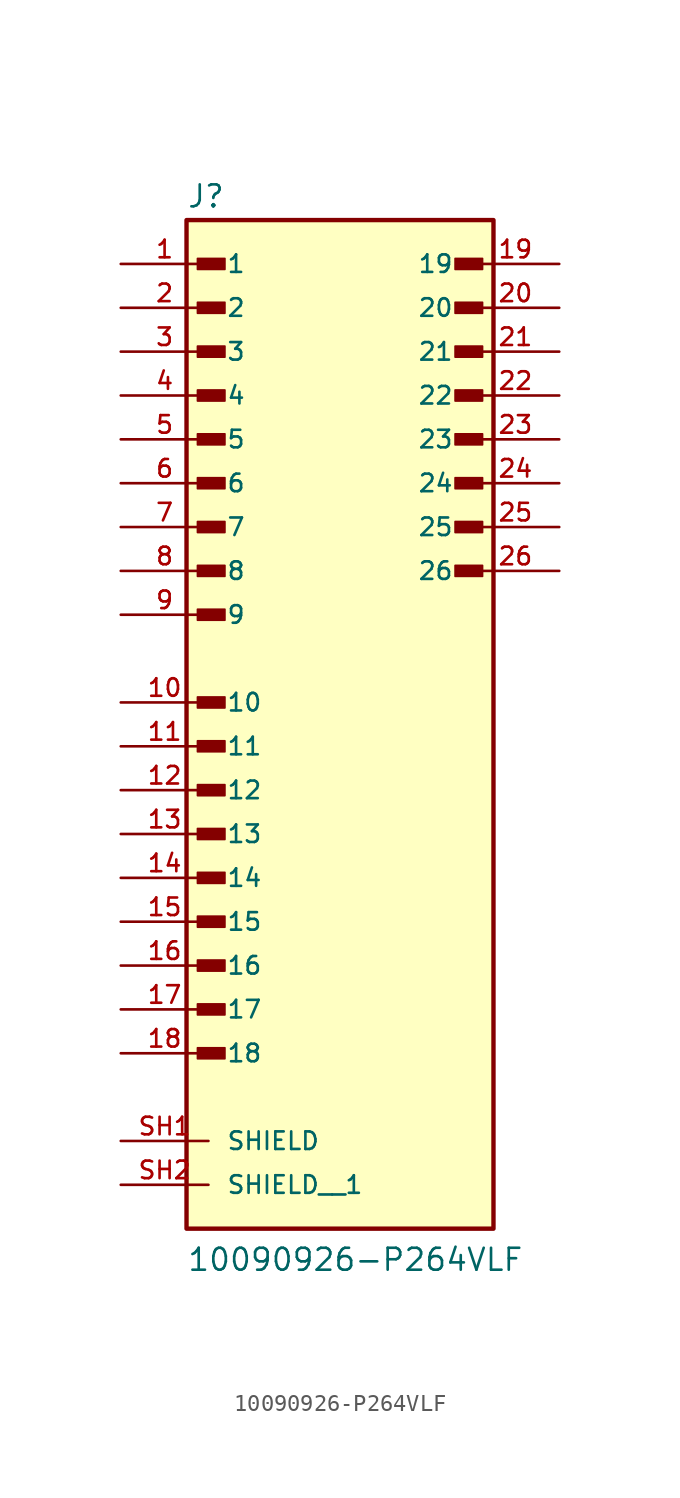
<source format=kicad_sym>
(kicad_symbol_lib
  (version 20211014)
  (generator kicad_symbol_editor)
  (symbol "10090926-P264VLF"
    (pin_names
      (offset 1.016))
    (property "Reference" "J"
      (at -8.89 26.035 0)
      (effects (font (size 1.27 1.27)) (justify bottom left)))
    (property "Value" "10090926-P264VLF"
      (at -8.89 -35.56 0)
      (effects (font (size 1.27 1.27)) (justify bottom left)))
    (symbol "10090926-P264VLF_0_0"
      (rectangle (start -8.255 22.543) (end -6.668 23.177) (stroke (width 0.1)) (fill (type outline)))
      (rectangle (start -8.255 20.003) (end -6.668 20.637) (stroke (width 0.1)) (fill (type outline)))
      (rectangle (start -8.255 17.462) (end -6.668 18.098) (stroke (width 0.1)) (fill (type outline)))
      (rectangle (start -8.255 14.922) (end -6.668 15.557) (stroke (width 0.1)) (fill (type outline)))
      (rectangle (start -8.255 12.383) (end -6.668 13.018) (stroke (width 0.1)) (fill (type outline)))
      (rectangle (start -8.255 9.842) (end -6.668 10.477) (stroke (width 0.1)) (fill (type outline)))
      (rectangle (start -8.255 7.303) (end -6.668 7.938) (stroke (width 0.1)) (fill (type outline)))
      (rectangle (start -8.255 4.763) (end -6.668 5.397) (stroke (width 0.1)) (fill (type outline)))
      (rectangle (start -8.255 2.223) (end -6.668 2.857) (stroke (width 0.1)) (fill (type outline)))
      (rectangle (start 6.668 4.763) (end 8.255 5.397) (stroke (width 0.1)) (fill (type outline)))
      (rectangle (start 6.668 7.303) (end 8.255 7.938) (stroke (width 0.1)) (fill (type outline)))
      (rectangle (start 6.668 9.842) (end 8.255 10.477) (stroke (width 0.1)) (fill (type outline)))
      (rectangle (start 6.668 12.383) (end 8.255 13.018) (stroke (width 0.1)) (fill (type outline)))
      (rectangle (start 6.668 14.922) (end 8.255 15.557) (stroke (width 0.1)) (fill (type outline)))
      (rectangle (start 6.668 17.462) (end 8.255 18.098) (stroke (width 0.1)) (fill (type outline)))
      (rectangle (start 6.668 20.003) (end 8.255 20.637) (stroke (width 0.1)) (fill (type outline)))
      (rectangle (start 6.668 22.543) (end 8.255 23.177) (stroke (width 0.1)) (fill (type outline)))
      (rectangle (start -8.255 -2.857) (end -6.668 -2.223) (stroke (width 0.1)) (fill (type outline)))
      (rectangle (start -8.255 -5.397) (end -6.668 -4.763) (stroke (width 0.1)) (fill (type outline)))
      (rectangle (start -8.255 -7.938) (end -6.668 -7.303) (stroke (width 0.1)) (fill (type outline)))
      (rectangle (start -8.255 -10.477) (end -6.668 -9.842) (stroke (width 0.1)) (fill (type outline)))
      (rectangle (start -8.255 -13.018) (end -6.668 -12.383) (stroke (width 0.1)) (fill (type outline)))
      (rectangle (start -8.255 -15.557) (end -6.668 -14.922) (stroke (width 0.1)) (fill (type outline)))
      (rectangle (start -8.255 -18.098) (end -6.668 -17.462) (stroke (width 0.1)) (fill (type outline)))
      (rectangle (start -8.255 -20.637) (end -6.668 -20.003) (stroke (width 0.1)) (fill (type outline)))
      (rectangle (start -8.255 -23.177) (end -6.668 -22.543) (stroke (width 0.1)) (fill (type outline)))
      (rectangle (start -8.89 -33.02) (end 8.89 25.4) (stroke (width 0.254)) (fill (type background)))
      (pin passive line (at -12.7 22.86 0) (length 5.08) (name "1" (effects (font (size 1.016 1.016)))) (number "1" (effects (font (size 1.016 1.016)))))
      (pin passive line (at -12.7 20.32 0) (length 5.08) (name "2" (effects (font (size 1.016 1.016)))) (number "2" (effects (font (size 1.016 1.016)))))
      (pin passive line (at -12.7 17.78 0) (length 5.08) (name "3" (effects (font (size 1.016 1.016)))) (number "3" (effects (font (size 1.016 1.016)))))
      (pin passive line (at -12.7 15.24 0) (length 5.08) (name "4" (effects (font (size 1.016 1.016)))) (number "4" (effects (font (size 1.016 1.016)))))
      (pin passive line (at -12.7 12.7 0) (length 5.08) (name "5" (effects (font (size 1.016 1.016)))) (number "5" (effects (font (size 1.016 1.016)))))
      (pin passive line (at -12.7 10.16 0) (length 5.08) (name "6" (effects (font (size 1.016 1.016)))) (number "6" (effects (font (size 1.016 1.016)))))
      (pin passive line (at -12.7 7.62 0) (length 5.08) (name "7" (effects (font (size 1.016 1.016)))) (number "7" (effects (font (size 1.016 1.016)))))
      (pin passive line (at -12.7 5.08 0) (length 5.08) (name "8" (effects (font (size 1.016 1.016)))) (number "8" (effects (font (size 1.016 1.016)))))
      (pin passive line (at -12.7 2.54 0) (length 5.08) (name "9" (effects (font (size 1.016 1.016)))) (number "9" (effects (font (size 1.016 1.016)))))
      (pin passive line (at -12.7 -2.54 0) (length 5.08) (name "10" (effects (font (size 1.016 1.016)))) (number "10" (effects (font (size 1.016 1.016)))))
      (pin passive line (at -12.7 -5.08 0) (length 5.08) (name "11" (effects (font (size 1.016 1.016)))) (number "11" (effects (font (size 1.016 1.016)))))
      (pin passive line (at -12.7 -7.62 0) (length 5.08) (name "12" (effects (font (size 1.016 1.016)))) (number "12" (effects (font (size 1.016 1.016)))))
      (pin passive line (at -12.7 -10.16 0) (length 5.08) (name "13" (effects (font (size 1.016 1.016)))) (number "13" (effects (font (size 1.016 1.016)))))
      (pin passive line (at -12.7 -12.7 0) (length 5.08) (name "14" (effects (font (size 1.016 1.016)))) (number "14" (effects (font (size 1.016 1.016)))))
      (pin passive line (at -12.7 -15.24 0) (length 5.08) (name "15" (effects (font (size 1.016 1.016)))) (number "15" (effects (font (size 1.016 1.016)))))
      (pin passive line (at -12.7 -27.94 0) (length 5.08) (name "SHIELD" (effects (font (size 1.016 1.016)))) (number "SH1" (effects (font (size 1.016 1.016)))))
      (pin passive line (at -12.7 -17.78 0) (length 5.08) (name "16" (effects (font (size 1.016 1.016)))) (number "16" (effects (font (size 1.016 1.016)))))
      (pin passive line (at -12.7 -20.32 0) (length 5.08) (name "17" (effects (font (size 1.016 1.016)))) (number "17" (effects (font (size 1.016 1.016)))))
      (pin passive line (at -12.7 -22.86 0) (length 5.08) (name "18" (effects (font (size 1.016 1.016)))) (number "18" (effects (font (size 1.016 1.016)))))
      (pin passive line (at 12.7 22.86 180.0) (length 5.08) (name "19" (effects (font (size 1.016 1.016)))) (number "19" (effects (font (size 1.016 1.016)))))
      (pin passive line (at 12.7 20.32 180.0) (length 5.08) (name "20" (effects (font (size 1.016 1.016)))) (number "20" (effects (font (size 1.016 1.016)))))
      (pin passive line (at 12.7 17.78 180.0) (length 5.08) (name "21" (effects (font (size 1.016 1.016)))) (number "21" (effects (font (size 1.016 1.016)))))
      (pin passive line (at 12.7 15.24 180.0) (length 5.08) (name "22" (effects (font (size 1.016 1.016)))) (number "22" (effects (font (size 1.016 1.016)))))
      (pin passive line (at 12.7 12.7 180.0) (length 5.08) (name "23" (effects (font (size 1.016 1.016)))) (number "23" (effects (font (size 1.016 1.016)))))
      (pin passive line (at 12.7 10.16 180.0) (length 5.08) (name "24" (effects (font (size 1.016 1.016)))) (number "24" (effects (font (size 1.016 1.016)))))
      (pin passive line (at 12.7 7.62 180.0) (length 5.08) (name "25" (effects (font (size 1.016 1.016)))) (number "25" (effects (font (size 1.016 1.016)))))
      (pin passive line (at 12.7 5.08 180.0) (length 5.08) (name "26" (effects (font (size 1.016 1.016)))) (number "26" (effects (font (size 1.016 1.016)))))
      (pin passive line (at -12.7 -30.48 0) (length 5.08) (name "SHIELD__1" (effects (font (size 1.016 1.016)))) (number "SH2" (effects (font (size 1.016 1.016))))))))
</source>
